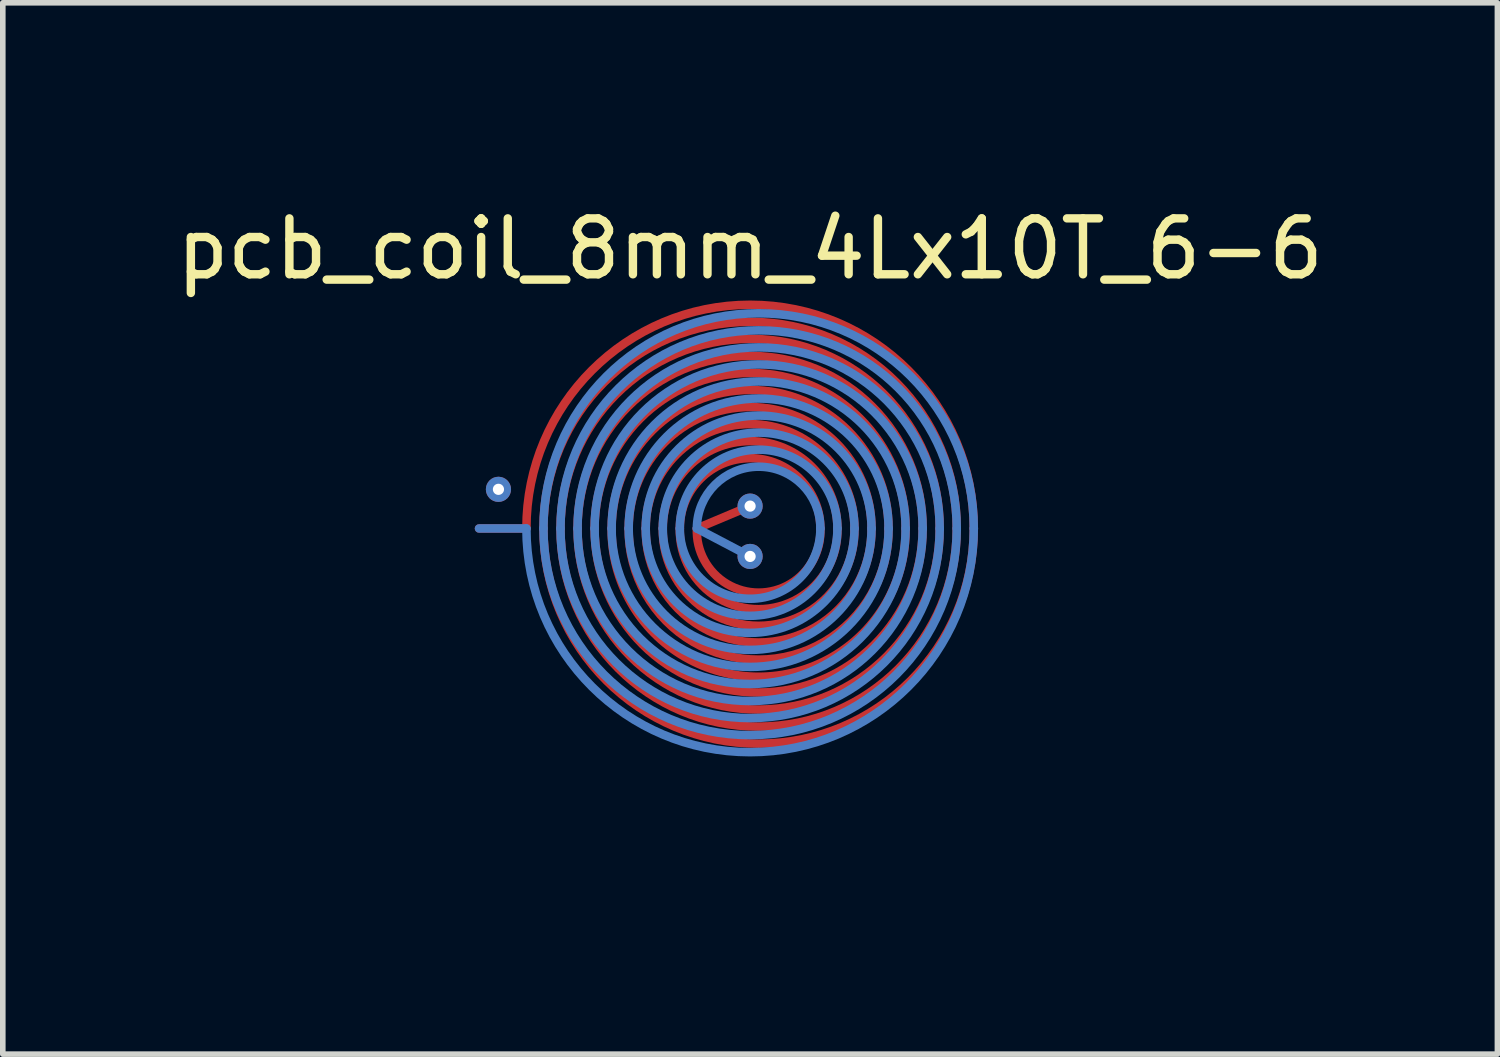
<source format=kicad_pcb>
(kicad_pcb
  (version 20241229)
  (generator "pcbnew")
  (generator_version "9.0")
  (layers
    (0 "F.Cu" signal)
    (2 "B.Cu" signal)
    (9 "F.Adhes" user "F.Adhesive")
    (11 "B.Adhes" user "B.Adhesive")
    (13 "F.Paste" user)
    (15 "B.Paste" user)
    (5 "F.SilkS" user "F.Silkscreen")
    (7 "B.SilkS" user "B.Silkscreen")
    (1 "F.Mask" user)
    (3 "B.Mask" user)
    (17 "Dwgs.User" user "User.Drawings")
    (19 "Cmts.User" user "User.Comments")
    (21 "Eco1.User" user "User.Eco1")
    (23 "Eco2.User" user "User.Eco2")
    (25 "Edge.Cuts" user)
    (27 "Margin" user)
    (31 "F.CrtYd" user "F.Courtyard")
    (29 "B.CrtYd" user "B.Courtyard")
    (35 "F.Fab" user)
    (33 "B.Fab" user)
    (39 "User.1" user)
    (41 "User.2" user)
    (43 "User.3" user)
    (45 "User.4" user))
  (footprint "pcb_coil_8mm_4Lx10T_6-6"
    (layer "F.Cu")
    (at 10.363 6.4)
    (property "Reference" "pcb_coil_8mm_4Lx10T_6-6" (at 0 -5 0) (unlocked yes) (layer "F.SilkS") (effects (font (size 1 1) (thickness 0.15))))
    (attr through_hole exclude_from_bom)
    (fp_line (start -0.952 0) (end 0 -0.4) (stroke (width 0.152) (type solid)) (layer "F.Cu"))
    (fp_arc (start -4 0) (mid 0 -4) (end 4 0) (stroke (width 0.1524) (type solid)) (layer "F.Cu"))
    (fp_arc (start -3.6952 0) (mid 0 -3.6952) (end 3.6952 0) (stroke (width 0.1524) (type solid)) (layer "F.Cu"))
    (fp_arc (start -3.3904 0) (mid 0 -3.3904) (end 3.3904 0) (stroke (width 0.1524) (type solid)) (layer "F.Cu"))
    (fp_arc (start -3.0856 0) (mid 0 -3.0856) (end 3.0856 0) (stroke (width 0.1524) (type solid)) (layer "F.Cu"))
    (fp_arc (start -2.7808 0) (mid 0 -2.7808) (end 2.7808 0) (stroke (width 0.1524) (type solid)) (layer "F.Cu"))
    (fp_arc (start -2.476 0) (mid 0 -2.476) (end 2.476 0) (stroke (width 0.1524) (type solid)) (layer "F.Cu"))
    (fp_arc (start -2.1712 0) (mid 0 -2.1712) (end 2.1712 0) (stroke (width 0.1524) (type solid)) (layer "F.Cu"))
    (fp_arc (start -1.8664 0) (mid 0 -1.8664) (end 1.8664 0) (stroke (width 0.1524) (type solid)) (layer "F.Cu"))
    (fp_arc (start -1.5616 0) (mid 0 -1.5616) (end 1.5616 0) (stroke (width 0.1524) (type solid)) (layer "F.Cu"))
    (fp_arc (start -1.2568 0) (mid 0 -1.2568) (end 1.2568 0) (stroke (width 0.1524) (type solid)) (layer "F.Cu"))
    (fp_arc (start 1.2568 0) (mid 0.1524 1.147261) (end -0.952 0) (stroke (width 0.1524) (type solid)) (layer "F.Cu"))
    (fp_arc (start 1.5616 0) (mid 0.1524 1.442548) (end -1.2568 0) (stroke (width 0.1524) (type solid)) (layer "F.Cu"))
    (fp_arc (start 1.8664 0) (mid 0.1524 1.741315) (end -1.5616 0) (stroke (width 0.1524) (type solid)) (layer "F.Cu"))
    (fp_arc (start 2.1712 0) (mid 0.1524 2.04194) (end -1.8664 0) (stroke (width 0.1524) (type solid)) (layer "F.Cu"))
    (fp_arc (start 2.476 0) (mid 0.1524 2.343677) (end -2.1712 0) (stroke (width 0.1524) (type solid)) (layer "F.Cu"))
    (fp_arc (start 2.7808 0) (mid 0.1524 2.646132) (end -2.476 0) (stroke (width 0.1524) (type solid)) (layer "F.Cu"))
    (fp_arc (start 3.0856 0) (mid 0.1524 2.949079) (end -2.7808 0) (stroke (width 0.1524) (type solid)) (layer "F.Cu"))
    (fp_arc (start 3.3904 0) (mid 0.1524 3.252378) (end -3.0856 0) (stroke (width 0.1524) (type solid)) (layer "F.Cu"))
    (fp_arc (start 3.6952 0) (mid 0.1524 3.555936) (end -3.3904 0) (stroke (width 0.1524) (type solid)) (layer "F.Cu"))
    (fp_arc (start 4 0) (mid 0.1524 3.859692) (end -3.6952 0) (stroke (width 0.1524) (type solid)) (layer "F.Cu"))
    (fp_line (start -0.952 0) (end 0 0.5) (stroke (width 0.152) (type solid)) (layer "B.Cu"))
    (fp_arc (start -3.6952 0) (mid 0.1524 -3.8476) (end 4 0) (stroke (width 0.1524) (type solid)) (layer "B.Cu"))
    (fp_arc (start -3.3904 0) (mid 0.1524 -3.5428) (end 3.6952 0) (stroke (width 0.1524) (type solid)) (layer "B.Cu"))
    (fp_arc (start -3.0856 0) (mid 0.1524 -3.238) (end 3.3904 0) (stroke (width 0.1524) (type solid)) (layer "B.Cu"))
    (fp_arc (start -2.7808 0) (mid 0.1524 -2.9332) (end 3.0856 0) (stroke (width 0.1524) (type solid)) (layer "B.Cu"))
    (fp_arc (start -2.476 0) (mid 0.1524 -2.6284) (end 2.7808 0) (stroke (width 0.1524) (type solid)) (layer "B.Cu"))
    (fp_arc (start -2.1712 0) (mid 0.1524 -2.3236) (end 2.476 0) (stroke (width 0.1524) (type solid)) (layer "B.Cu"))
    (fp_arc (start -1.8664 0) (mid 0.1524 -2.0188) (end 2.1712 0) (stroke (width 0.1524) (type solid)) (layer "B.Cu"))
    (fp_arc (start -1.5616 0) (mid 0.1524 -1.714) (end 1.8664 0) (stroke (width 0.1524) (type solid)) (layer "B.Cu"))
    (fp_arc (start -1.2568 0) (mid 0.1524 -1.4092) (end 1.5616 0) (stroke (width 0.1524) (type solid)) (layer "B.Cu"))
    (fp_arc (start -0.952 0) (mid 0.1524 -1.1044) (end 1.2568 0) (stroke (width 0.1524) (type solid)) (layer "B.Cu"))
    (fp_arc (start 1.2568 0) (mid 0 1.2568) (end -1.2568 0) (stroke (width 0.1524) (type solid)) (layer "B.Cu"))
    (fp_arc (start 1.5616 0) (mid 0 1.5616) (end -1.5616 0) (stroke (width 0.1524) (type solid)) (layer "B.Cu"))
    (fp_arc (start 1.8664 0) (mid 0 1.8664) (end -1.8664 0) (stroke (width 0.1524) (type solid)) (layer "B.Cu"))
    (fp_arc (start 2.1712 0) (mid 0 2.1712) (end -2.1712 0) (stroke (width 0.1524) (type solid)) (layer "B.Cu"))
    (fp_arc (start 2.476 0) (mid 0 2.476) (end -2.476 0) (stroke (width 0.1524) (type solid)) (layer "B.Cu"))
    (fp_arc (start 2.7808 0) (mid 0 2.7808) (end -2.7808 0) (stroke (width 0.1524) (type solid)) (layer "B.Cu"))
    (fp_arc (start 3.0856 0) (mid 0 3.0856) (end -3.0856 0) (stroke (width 0.1524) (type solid)) (layer "B.Cu"))
    (fp_arc (start 3.3904 0) (mid 0 3.3904) (end -3.3904 0) (stroke (width 0.1524) (type solid)) (layer "B.Cu"))
    (fp_arc (start 3.6952 0) (mid 0 3.6952) (end -3.6952 0) (stroke (width 0.1524) (type solid)) (layer "B.Cu"))
    (fp_arc (start 4 0) (mid 0 4) (end -4 0) (stroke (width 0.1524) (type solid)) (layer "B.Cu"))
    (fp_line (start -4 0) (end -4.5 -0.7) (stroke (width 0.152) (type solid)) (layer "In1.Cu"))
    (fp_line (start -0.952 0) (end 0 -0.4) (stroke (width 0.152) (type solid)) (layer "In1.Cu"))
    (fp_arc (start -3.6952 0) (mid 0.1524 -3.8476) (end 4 0) (stroke (width 0.1524) (type solid)) (layer "In1.Cu"))
    (fp_arc (start -3.3904 0) (mid 0.1524 -3.5428) (end 3.6952 0) (stroke (width 0.1524) (type solid)) (layer "In1.Cu"))
    (fp_arc (start -3.0856 0) (mid 0.1524 -3.238) (end 3.3904 0) (stroke (width 0.1524) (type solid)) (layer "In1.Cu"))
    (fp_arc (start -2.7808 0) (mid 0.1524 -2.9332) (end 3.0856 0) (stroke (width 0.1524) (type solid)) (layer "In1.Cu"))
    (fp_arc (start -2.476 0) (mid 0.1524 -2.6284) (end 2.7808 0) (stroke (width 0.1524) (type solid)) (layer "In1.Cu"))
    (fp_arc (start -2.1712 0) (mid 0.1524 -2.3236) (end 2.476 0) (stroke (width 0.1524) (type solid)) (layer "In1.Cu"))
    (fp_arc (start -1.8664 0) (mid 0.1524 -2.0188) (end 2.1712 0) (stroke (width 0.1524) (type solid)) (layer "In1.Cu"))
    (fp_arc (start -1.5616 0) (mid 0.1524 -1.714) (end 1.8664 0) (stroke (width 0.1524) (type solid)) (layer "In1.Cu"))
    (fp_arc (start -1.2568 0) (mid 0.1524 -1.4092) (end 1.5616 0) (stroke (width 0.1524) (type solid)) (layer "In1.Cu"))
    (fp_arc (start -0.952 0) (mid 0.1524 -1.1044) (end 1.2568 0) (stroke (width 0.1524) (type solid)) (layer "In1.Cu"))
    (fp_arc (start 1.2568 0) (mid 0 1.2568) (end -1.2568 0) (stroke (width 0.1524) (type solid)) (layer "In1.Cu"))
    (fp_arc (start 1.5616 0) (mid 0 1.5616) (end -1.5616 0) (stroke (width 0.1524) (type solid)) (layer "In1.Cu"))
    (fp_arc (start 1.8664 0) (mid 0 1.8664) (end -1.8664 0) (stroke (width 0.1524) (type solid)) (layer "In1.Cu"))
    (fp_arc (start 2.1712 0) (mid 0 2.1712) (end -2.1712 0) (stroke (width 0.1524) (type solid)) (layer "In1.Cu"))
    (fp_arc (start 2.476 0) (mid 0 2.476) (end -2.476 0) (stroke (width 0.1524) (type solid)) (layer "In1.Cu"))
    (fp_arc (start 2.7808 0) (mid 0 2.7808) (end -2.7808 0) (stroke (width 0.1524) (type solid)) (layer "In1.Cu"))
    (fp_arc (start 3.0856 0) (mid 0 3.0856) (end -3.0856 0) (stroke (width 0.1524) (type solid)) (layer "In1.Cu"))
    (fp_arc (start 3.3904 0) (mid 0 3.3904) (end -3.3904 0) (stroke (width 0.1524) (type solid)) (layer "In1.Cu"))
    (fp_arc (start 3.6952 0) (mid 0 3.6952) (end -3.6952 0) (stroke (width 0.1524) (type solid)) (layer "In1.Cu"))
    (fp_arc (start 4 0) (mid 0 4) (end -4 0) (stroke (width 0.1524) (type solid)) (layer "In1.Cu"))
    (fp_line (start -4 0) (end -4.5 -0.7) (stroke (width 0.152) (type solid)) (layer "In2.Cu"))
    (fp_line (start -0.952 0) (end 0 0.5) (stroke (width 0.152) (type solid)) (layer "In2.Cu"))
    (fp_arc (start -4 0) (mid 0 -4) (end 4 0) (stroke (width 0.1524) (type solid)) (layer "In2.Cu"))
    (fp_arc (start -3.6952 0) (mid 0 -3.6952) (end 3.6952 0) (stroke (width 0.1524) (type solid)) (layer "In2.Cu"))
    (fp_arc (start -3.3904 0) (mid 0 -3.3904) (end 3.3904 0) (stroke (width 0.1524) (type solid)) (layer "In2.Cu"))
    (fp_arc (start -3.0856 0) (mid 0 -3.0856) (end 3.0856 0) (stroke (width 0.1524) (type solid)) (layer "In2.Cu"))
    (fp_arc (start -2.7808 0) (mid 0 -2.7808) (end 2.7808 0) (stroke (width 0.1524) (type solid)) (layer "In2.Cu"))
    (fp_arc (start -2.476 0) (mid 0 -2.476) (end 2.476 0) (stroke (width 0.1524) (type solid)) (layer "In2.Cu"))
    (fp_arc (start -2.1712 0) (mid 0 -2.1712) (end 2.1712 0) (stroke (width 0.1524) (type solid)) (layer "In2.Cu"))
    (fp_arc (start -1.8664 0) (mid 0 -1.8664) (end 1.8664 0) (stroke (width 0.1524) (type solid)) (layer "In2.Cu"))
    (fp_arc (start -1.5616 0) (mid 0 -1.5616) (end 1.5616 0) (stroke (width 0.1524) (type solid)) (layer "In2.Cu"))
    (fp_arc (start -1.2568 0) (mid 0 -1.2568) (end 1.2568 0) (stroke (width 0.1524) (type solid)) (layer "In2.Cu"))
    (fp_arc (start 1.2568 0) (mid 0.1524 1.147261) (end -0.952 0) (stroke (width 0.1524) (type solid)) (layer "In2.Cu"))
    (fp_arc (start 1.5616 0) (mid 0.1524 1.442548) (end -1.2568 0) (stroke (width 0.1524) (type solid)) (layer "In2.Cu"))
    (fp_arc (start 1.8664 0) (mid 0.1524 1.741315) (end -1.5616 0) (stroke (width 0.1524) (type solid)) (layer "In2.Cu"))
    (fp_arc (start 2.1712 0) (mid 0.1524 2.04194) (end -1.8664 0) (stroke (width 0.1524) (type solid)) (layer "In2.Cu"))
    (fp_arc (start 2.476 0) (mid 0.1524 2.343677) (end -2.1712 0) (stroke (width 0.1524) (type solid)) (layer "In2.Cu"))
    (fp_arc (start 2.7808 0) (mid 0.1524 2.646132) (end -2.476 0) (stroke (width 0.1524) (type solid)) (layer "In2.Cu"))
    (fp_arc (start 3.0856 0) (mid 0.1524 2.949079) (end -2.7808 0) (stroke (width 0.1524) (type solid)) (layer "In2.Cu"))
    (fp_arc (start 3.3904 0) (mid 0.1524 3.252378) (end -3.0856 0) (stroke (width 0.1524) (type solid)) (layer "In2.Cu"))
    (fp_arc (start 3.6952 0) (mid 0.1524 3.555936) (end -3.3904 0) (stroke (width 0.1524) (type solid)) (layer "In2.Cu"))
    (fp_arc (start 4 0) (mid 0.1524 3.859692) (end -3.6952 0) (stroke (width 0.1524) (type solid)) (layer "In2.Cu"))
    (pad "1" smd roundrect (at -4.424 0) (size 1 0.152) (layers "F.Cu") (roundrect_rratio 0.5))
    (pad "2" smd roundrect (at -4.424 0) (size 1 0.152) (layers "B.Cu") (roundrect_rratio 0.5))
    (pad "3" thru_hole circle (at 0 -0.4) (size 0.45 0.45) (drill 0.2) (layers "*.Cu" "*.Mask"))
    (pad "4" thru_hole circle (at 0 0.5) (size 0.45 0.45) (drill 0.2) (layers "*.Cu" "*.Mask"))
    (pad "5" thru_hole circle (at -4.5 -0.7) (size 0.45 0.45) (drill 0.2) (layers "*.Cu" "*.Mask"))
    (zone (net_name "") (layers "F.Cu" "B.Cu") (name "MagneticField") (hatch edge 0.508) (connect_pads) (min_thickness 0.254) (filled_areas_thickness no) (keepout (tracks allowed) (vias allowed) (pads allowed) (copperpour not_allowed) (footprints not_allowed)) (placement (enabled no)) (fill) (polygon (pts (xy 16.763 6.904) (xy 16.605 7.899) (xy 16.294 8.857) (xy 15.837 9.754) (xy 15.245 10.569) (xy 14.532 11.282) (xy 13.717 11.874) (xy 12.82 12.331) (xy 11.862 12.642) (xy 10.867 12.8) (xy 9.859 12.8) (xy 8.864 12.642) (xy 7.906 12.331) (xy 7.009 11.874) (xy 6.194 11.282) (xy 5.481 10.569) (xy 4.889 9.754) (xy 4.432 8.857) (xy 4.121 7.899) (xy 3.963 6.904) (xy 3.963 5.896) (xy 4.121 4.901) (xy 4.432 3.943) (xy 4.889 3.046) (xy 5.481 2.231) (xy 6.194 1.518) (xy 7.009 0.926) (xy 7.906 0.469) (xy 8.864 0.158) (xy 9.859 0) (xy 10.867 0) (xy 11.862 0.158) (xy 12.82 0.469) (xy 13.717 0.926) (xy 14.532 1.518) (xy 15.245 2.231) (xy 15.837 3.046) (xy 16.294 3.943) (xy 16.605 4.901) (xy 16.763 5.896)))))
  (gr_rect
    (start -3 -3)
    (end 23.726 15.8)
    (stroke (width 0.1) (type default))
    (fill no)
    (layer "Edge.Cuts")))
</source>
